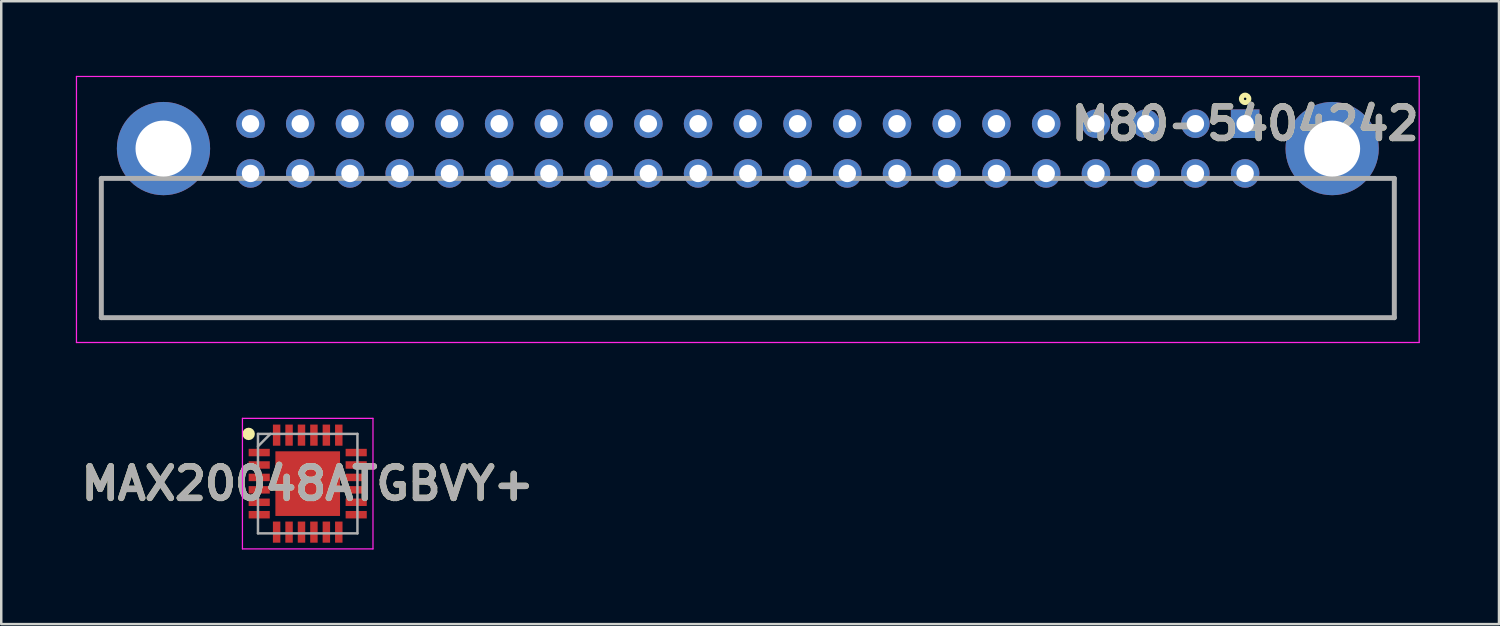
<source format=kicad_pcb>
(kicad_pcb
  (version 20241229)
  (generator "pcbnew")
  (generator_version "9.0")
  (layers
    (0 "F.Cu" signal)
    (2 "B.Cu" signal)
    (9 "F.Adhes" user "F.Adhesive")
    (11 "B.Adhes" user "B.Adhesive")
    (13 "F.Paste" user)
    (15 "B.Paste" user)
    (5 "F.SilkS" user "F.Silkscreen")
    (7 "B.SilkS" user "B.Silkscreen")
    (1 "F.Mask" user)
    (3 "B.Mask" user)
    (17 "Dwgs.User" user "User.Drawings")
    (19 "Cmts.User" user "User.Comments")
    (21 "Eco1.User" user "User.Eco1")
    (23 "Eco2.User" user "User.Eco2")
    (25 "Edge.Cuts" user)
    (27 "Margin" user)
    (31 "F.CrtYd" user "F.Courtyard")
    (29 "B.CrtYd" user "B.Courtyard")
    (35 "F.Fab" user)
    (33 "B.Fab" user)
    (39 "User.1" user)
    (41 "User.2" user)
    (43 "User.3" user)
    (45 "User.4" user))
  (footprint "MAX20048ATGBVY+"
    (layer "F.Cu")
    (at 9.325 16.4)
    (property "Reference" "MAX20048ATGBVY+" (at 0 0 0) (layer "F.SilkS") (effects (font (size 1.27 1.27) (thickness 0.254))))
    (attr smd)
    (fp_circle (center -2.375 -2) (end -2.375 -1.875) (stroke (width 0.25) (type solid)) (fill no) (layer "F.SilkS"))
    (fp_line (start -2.625 -2.625) (end 2.625 -2.625) (stroke (width 0.05) (type solid)) (layer "F.CrtYd"))
    (fp_line (start -2.625 2.625) (end -2.625 -2.625) (stroke (width 0.05) (type solid)) (layer "F.CrtYd"))
    (fp_line (start 2.625 -2.625) (end 2.625 2.625) (stroke (width 0.05) (type solid)) (layer "F.CrtYd"))
    (fp_line (start 2.625 2.625) (end -2.625 2.625) (stroke (width 0.05) (type solid)) (layer "F.CrtYd"))
    (fp_line (start -2 -2) (end 2 -2) (stroke (width 0.1) (type solid)) (layer "F.Fab"))
    (fp_line (start -2 -1.5) (end -1.5 -2) (stroke (width 0.1) (type solid)) (layer "F.Fab"))
    (fp_line (start -2 2) (end -2 -2) (stroke (width 0.1) (type solid)) (layer "F.Fab"))
    (fp_line (start 2 -2) (end 2 2) (stroke (width 0.1) (type solid)) (layer "F.Fab"))
    (fp_line (start 2 2) (end -2 2) (stroke (width 0.1) (type solid)) (layer "F.Fab"))
    (fp_text user "${REFERENCE}" (at 0 0 0) (layer "F.Fab") (effects (font (size 1.27 1.27) (thickness 0.254))))
    (pad "1" smd rect (at -1.95 -1.25 90) (size 0.3 0.85) (layers "F.Cu" "F.Mask" "F.Paste"))
    (pad "2" smd rect (at -1.95 -0.75 90) (size 0.3 0.85) (layers "F.Cu" "F.Mask" "F.Paste"))
    (pad "3" smd rect (at -1.95 -0.25 90) (size 0.3 0.85) (layers "F.Cu" "F.Mask" "F.Paste"))
    (pad "4" smd rect (at -1.95 0.25 90) (size 0.3 0.85) (layers "F.Cu" "F.Mask" "F.Paste"))
    (pad "5" smd rect (at -1.95 0.75 90) (size 0.3 0.85) (layers "F.Cu" "F.Mask" "F.Paste"))
    (pad "6" smd rect (at -1.95 1.25 90) (size 0.3 0.85) (layers "F.Cu" "F.Mask" "F.Paste"))
    (pad "7" smd rect (at -1.25 1.95) (size 0.3 0.85) (layers "F.Cu" "F.Mask" "F.Paste"))
    (pad "8" smd rect (at -0.75 1.95) (size 0.3 0.85) (layers "F.Cu" "F.Mask" "F.Paste"))
    (pad "9" smd rect (at -0.25 1.95) (size 0.3 0.85) (layers "F.Cu" "F.Mask" "F.Paste"))
    (pad "10" smd rect (at 0.25 1.95) (size 0.3 0.85) (layers "F.Cu" "F.Mask" "F.Paste"))
    (pad "11" smd rect (at 0.75 1.95) (size 0.3 0.85) (layers "F.Cu" "F.Mask" "F.Paste"))
    (pad "12" smd rect (at 1.25 1.95) (size 0.3 0.85) (layers "F.Cu" "F.Mask" "F.Paste"))
    (pad "13" smd rect (at 1.95 1.25 90) (size 0.3 0.85) (layers "F.Cu" "F.Mask" "F.Paste"))
    (pad "14" smd rect (at 1.95 0.75 90) (size 0.3 0.85) (layers "F.Cu" "F.Mask" "F.Paste"))
    (pad "15" smd rect (at 1.95 0.25 90) (size 0.3 0.85) (layers "F.Cu" "F.Mask" "F.Paste"))
    (pad "16" smd rect (at 1.95 -0.25 90) (size 0.3 0.85) (layers "F.Cu" "F.Mask" "F.Paste"))
    (pad "17" smd rect (at 1.95 -0.75 90) (size 0.3 0.85) (layers "F.Cu" "F.Mask" "F.Paste"))
    (pad "18" smd rect (at 1.95 -1.25 90) (size 0.3 0.85) (layers "F.Cu" "F.Mask" "F.Paste"))
    (pad "19" smd rect (at 1.25 -1.95) (size 0.3 0.85) (layers "F.Cu" "F.Mask" "F.Paste"))
    (pad "20" smd rect (at 0.75 -1.95) (size 0.3 0.85) (layers "F.Cu" "F.Mask" "F.Paste"))
    (pad "21" smd rect (at 0.25 -1.95) (size 0.3 0.85) (layers "F.Cu" "F.Mask" "F.Paste"))
    (pad "22" smd rect (at -0.25 -1.95) (size 0.3 0.85) (layers "F.Cu" "F.Mask" "F.Paste"))
    (pad "23" smd rect (at -0.75 -1.95) (size 0.3 0.85) (layers "F.Cu" "F.Mask" "F.Paste"))
    (pad "24" smd rect (at -1.25 -1.95) (size 0.3 0.85) (layers "F.Cu" "F.Mask" "F.Paste"))
    (pad "25" smd rect (at 0 0) (size 2.6 2.6) (layers "F.Cu" "F.Mask" "F.Paste")))
  (footprint "M80-5404242"
    (layer "F.Cu")
    (at 47.025 1.925)
    (property "Reference" "M80-5404242" (at 0 0 0) (layer "F.SilkS") (effects (font (size 1.27 1.27) (thickness 0.254))))
    (attr through_hole)
    (fp_line (start -46 7.8) (end -46 2.2) (stroke (width 0.1) (type solid)) (layer "F.SilkS"))
    (fp_line (start 6 2.2) (end 6 7.8) (stroke (width 0.1) (type solid)) (layer "F.SilkS"))
    (fp_line (start 6 7.8) (end -46 7.8) (stroke (width 0.1) (type solid)) (layer "F.SilkS"))
    (fp_circle (center 0 -1) (end 0 -0.95) (stroke (width 0.2) (type solid)) (fill no) (layer "F.SilkS"))
    (fp_line (start -47 -1.9) (end 7 -1.9) (stroke (width 0.05) (type solid)) (layer "F.CrtYd"))
    (fp_line (start -47 8.8) (end -47 -1.9) (stroke (width 0.05) (type solid)) (layer "F.CrtYd"))
    (fp_line (start 7 -1.9) (end 7 8.8) (stroke (width 0.05) (type solid)) (layer "F.CrtYd"))
    (fp_line (start 7 8.8) (end -47 8.8) (stroke (width 0.05) (type solid)) (layer "F.CrtYd"))
    (fp_line (start -46 2.2) (end 6 2.2) (stroke (width 0.2) (type solid)) (layer "F.Fab"))
    (fp_line (start -46 7.8) (end -46 2.2) (stroke (width 0.2) (type solid)) (layer "F.Fab"))
    (fp_line (start 6 2.2) (end 6 7.8) (stroke (width 0.2) (type solid)) (layer "F.Fab"))
    (fp_line (start 6 7.8) (end -46 7.8) (stroke (width 0.2) (type solid)) (layer "F.Fab"))
    (fp_text user "${REFERENCE}" (at 0 0 0) (layer "F.Fab") (effects (font (size 1.27 1.27) (thickness 0.254))))
    (pad "1" thru_hole rect (at 0 0) (size 1.15 1.15) (drill 0.7) (layers "*.Cu" "*.Mask"))
    (pad "2" thru_hole circle (at -2 0) (size 1.15 1.15) (drill 0.7) (layers "*.Cu" "*.Mask"))
    (pad "3" thru_hole circle (at -4 0) (size 1.15 1.15) (drill 0.7) (layers "*.Cu" "*.Mask"))
    (pad "4" thru_hole circle (at -6 0) (size 1.15 1.15) (drill 0.7) (layers "*.Cu" "*.Mask"))
    (pad "5" thru_hole circle (at -8 0) (size 1.15 1.15) (drill 0.7) (layers "*.Cu" "*.Mask"))
    (pad "6" thru_hole circle (at -10 0) (size 1.15 1.15) (drill 0.7) (layers "*.Cu" "*.Mask"))
    (pad "7" thru_hole circle (at -12 0) (size 1.15 1.15) (drill 0.7) (layers "*.Cu" "*.Mask"))
    (pad "8" thru_hole circle (at -14 0) (size 1.15 1.15) (drill 0.7) (layers "*.Cu" "*.Mask"))
    (pad "9" thru_hole circle (at -16 0) (size 1.15 1.15) (drill 0.7) (layers "*.Cu" "*.Mask"))
    (pad "10" thru_hole circle (at -18 0) (size 1.15 1.15) (drill 0.7) (layers "*.Cu" "*.Mask"))
    (pad "11" thru_hole circle (at -20 0) (size 1.15 1.15) (drill 0.7) (layers "*.Cu" "*.Mask"))
    (pad "12" thru_hole circle (at -22 0) (size 1.15 1.15) (drill 0.7) (layers "*.Cu" "*.Mask"))
    (pad "13" thru_hole circle (at -24 0) (size 1.15 1.15) (drill 0.7) (layers "*.Cu" "*.Mask"))
    (pad "14" thru_hole circle (at -26 0) (size 1.15 1.15) (drill 0.7) (layers "*.Cu" "*.Mask"))
    (pad "15" thru_hole circle (at -28 0) (size 1.15 1.15) (drill 0.7) (layers "*.Cu" "*.Mask"))
    (pad "16" thru_hole circle (at -30 0) (size 1.15 1.15) (drill 0.7) (layers "*.Cu" "*.Mask"))
    (pad "17" thru_hole circle (at -32 0) (size 1.15 1.15) (drill 0.7) (layers "*.Cu" "*.Mask"))
    (pad "18" thru_hole circle (at -34 0) (size 1.15 1.15) (drill 0.7) (layers "*.Cu" "*.Mask"))
    (pad "19" thru_hole circle (at -36 0) (size 1.15 1.15) (drill 0.7) (layers "*.Cu" "*.Mask"))
    (pad "20" thru_hole circle (at -38 0) (size 1.15 1.15) (drill 0.7) (layers "*.Cu" "*.Mask"))
    (pad "21" thru_hole circle (at -40 0) (size 1.15 1.15) (drill 0.7) (layers "*.Cu" "*.Mask"))
    (pad "22" thru_hole circle (at 0 2) (size 1.15 1.15) (drill 0.7) (layers "*.Cu" "*.Mask"))
    (pad "23" thru_hole circle (at -2 2) (size 1.15 1.15) (drill 0.7) (layers "*.Cu" "*.Mask"))
    (pad "24" thru_hole circle (at -4 2) (size 1.15 1.15) (drill 0.7) (layers "*.Cu" "*.Mask"))
    (pad "25" thru_hole circle (at -6 2) (size 1.15 1.15) (drill 0.7) (layers "*.Cu" "*.Mask"))
    (pad "26" thru_hole circle (at -8 2) (size 1.15 1.15) (drill 0.7) (layers "*.Cu" "*.Mask"))
    (pad "27" thru_hole circle (at -10 2) (size 1.15 1.15) (drill 0.7) (layers "*.Cu" "*.Mask"))
    (pad "28" thru_hole circle (at -12 2) (size 1.15 1.15) (drill 0.7) (layers "*.Cu" "*.Mask"))
    (pad "29" thru_hole circle (at -14 2) (size 1.15 1.15) (drill 0.7) (layers "*.Cu" "*.Mask"))
    (pad "30" thru_hole circle (at -16 2) (size 1.15 1.15) (drill 0.7) (layers "*.Cu" "*.Mask"))
    (pad "31" thru_hole circle (at -18 2) (size 1.15 1.15) (drill 0.7) (layers "*.Cu" "*.Mask"))
    (pad "32" thru_hole circle (at -20 2) (size 1.15 1.15) (drill 0.7) (layers "*.Cu" "*.Mask"))
    (pad "33" thru_hole circle (at -22 2) (size 1.15 1.15) (drill 0.7) (layers "*.Cu" "*.Mask"))
    (pad "34" thru_hole circle (at -24 2) (size 1.15 1.15) (drill 0.7) (layers "*.Cu" "*.Mask"))
    (pad "35" thru_hole circle (at -26 2) (size 1.15 1.15) (drill 0.7) (layers "*.Cu" "*.Mask"))
    (pad "36" thru_hole circle (at -28 2) (size 1.15 1.15) (drill 0.7) (layers "*.Cu" "*.Mask"))
    (pad "37" thru_hole circle (at -30 2) (size 1.15 1.15) (drill 0.7) (layers "*.Cu" "*.Mask"))
    (pad "38" thru_hole circle (at -32 2) (size 1.15 1.15) (drill 0.7) (layers "*.Cu" "*.Mask"))
    (pad "39" thru_hole circle (at -34 2) (size 1.15 1.15) (drill 0.7) (layers "*.Cu" "*.Mask"))
    (pad "40" thru_hole circle (at -36 2) (size 1.15 1.15) (drill 0.7) (layers "*.Cu" "*.Mask"))
    (pad "41" thru_hole circle (at -38 2) (size 1.15 1.15) (drill 0.7) (layers "*.Cu" "*.Mask"))
    (pad "42" thru_hole circle (at -40 2) (size 1.15 1.15) (drill 0.7) (layers "*.Cu" "*.Mask"))
    (pad "43" thru_hole circle (at 3.5 1) (size 3.75 3.75) (drill 2.25) (layers "*.Cu" "*.Mask"))
    (pad "44" thru_hole circle (at -43.5 1) (size 3.75 3.75) (drill 2.25) (layers "*.Cu" "*.Mask")))
  (gr_rect
    (start -3 -3)
    (end 57.234 22.05)
    (stroke (width 0.1) (type default))
    (fill no)
    (layer "Edge.Cuts")))
</source>
